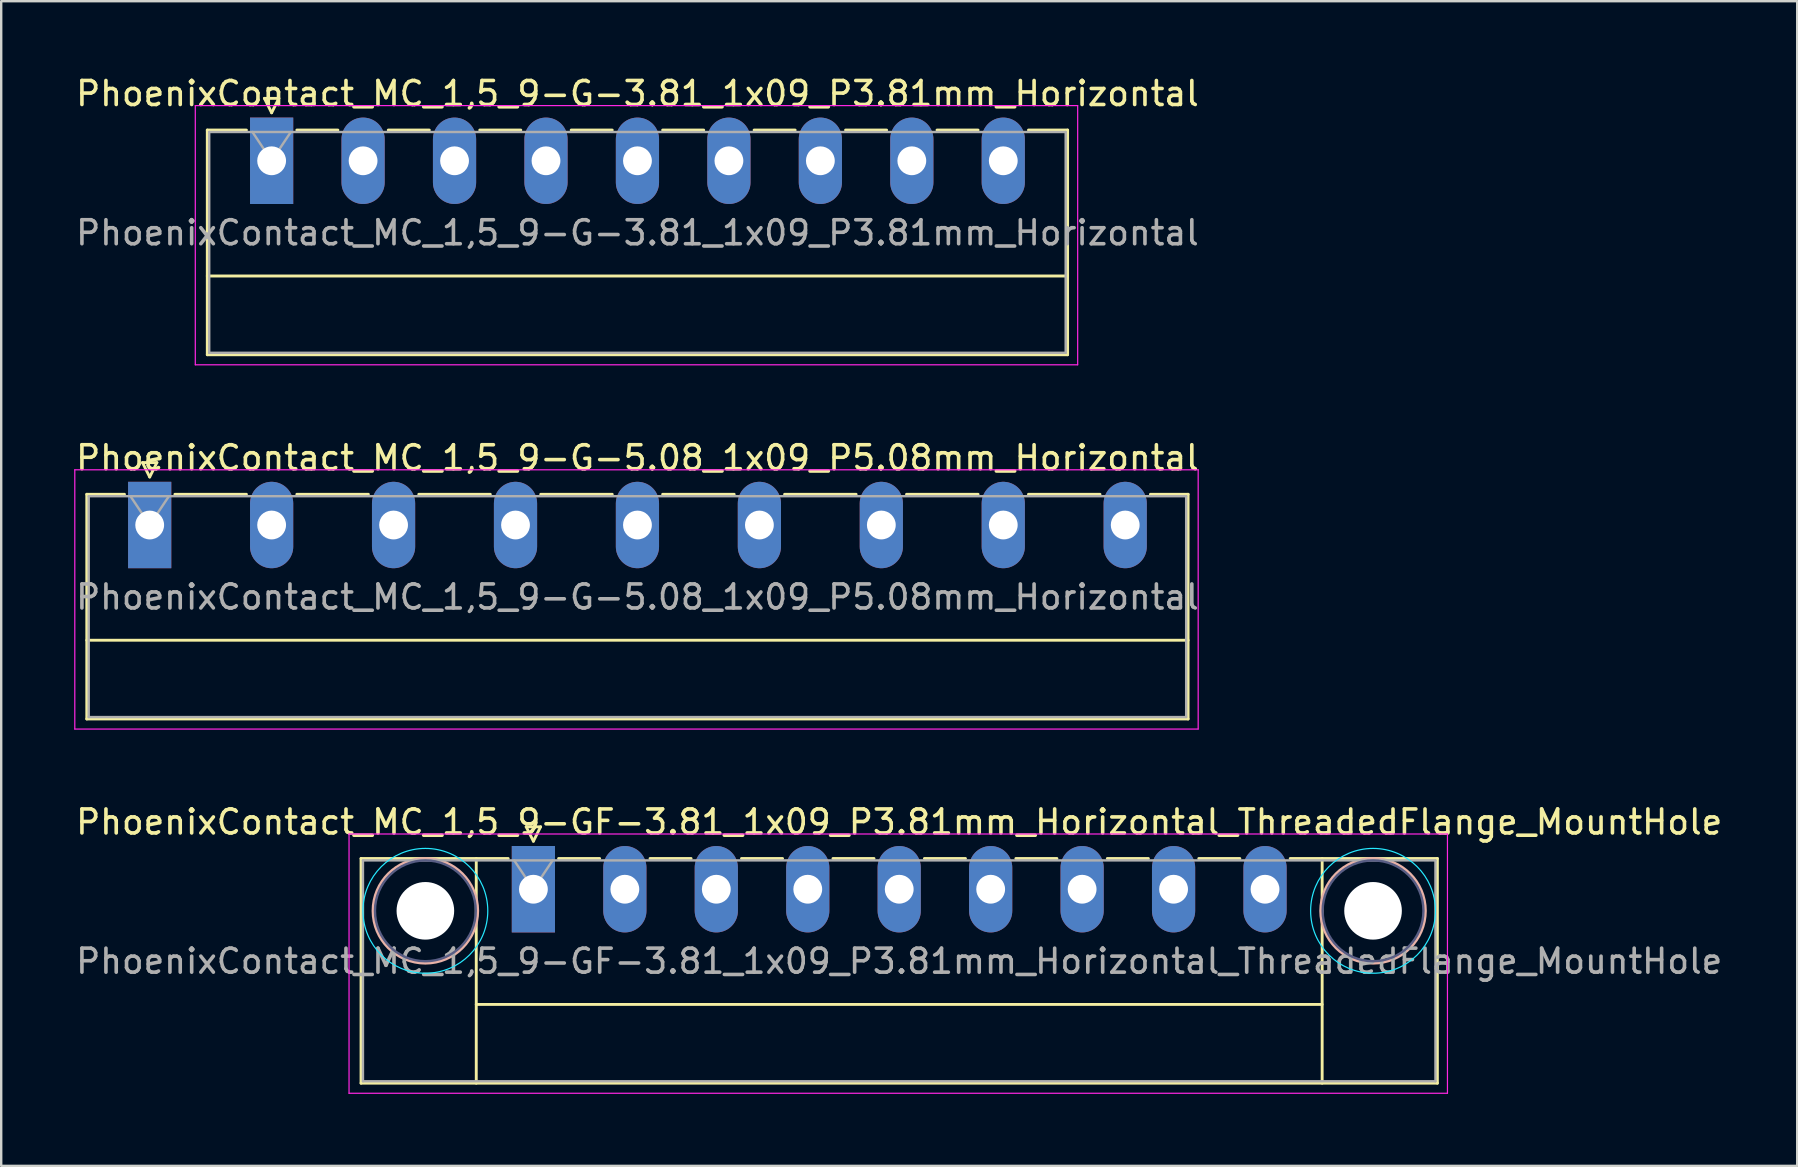
<source format=kicad_pcb>
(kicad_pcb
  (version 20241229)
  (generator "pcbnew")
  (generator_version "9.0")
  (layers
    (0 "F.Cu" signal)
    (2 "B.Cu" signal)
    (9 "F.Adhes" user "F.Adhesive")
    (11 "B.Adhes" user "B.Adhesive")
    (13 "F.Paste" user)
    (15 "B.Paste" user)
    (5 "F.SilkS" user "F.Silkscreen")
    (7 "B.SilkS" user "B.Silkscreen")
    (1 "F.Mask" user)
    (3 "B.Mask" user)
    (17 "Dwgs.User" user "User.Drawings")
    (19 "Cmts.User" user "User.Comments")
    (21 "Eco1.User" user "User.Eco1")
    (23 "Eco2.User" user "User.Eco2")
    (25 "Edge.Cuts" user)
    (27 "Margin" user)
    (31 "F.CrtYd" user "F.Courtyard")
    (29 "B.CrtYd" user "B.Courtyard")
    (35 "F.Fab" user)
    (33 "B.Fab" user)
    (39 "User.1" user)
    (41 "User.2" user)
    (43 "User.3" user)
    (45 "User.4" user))
  (footprint "PhoenixContact_MC_1,5_9-G-5.08_1x09_P5.08mm_Horizontal"
    (layer "F.Cu")
    (at 3.186 18.822)
    (property "Reference" "PhoenixContact_MC_1,5_9-G-5.08_1x09_P5.08mm_Horizontal" (at 20.32 -2.8 0) (layer "F.SilkS") (effects (font (size 1 1) (thickness 0.15))))
    (attr through_hole)
    (fp_line (start -2.62 -1.28) (end -2.62 8.08) (stroke (width 0.12) (type solid)) (layer "F.SilkS"))
    (fp_line (start -2.62 -1.28) (end -1.05 -1.28) (stroke (width 0.12) (type solid)) (layer "F.SilkS"))
    (fp_line (start -2.62 4.8) (end 43.26 4.8) (stroke (width 0.12) (type solid)) (layer "F.SilkS"))
    (fp_line (start -2.62 8.08) (end 43.26 8.08) (stroke (width 0.12) (type solid)) (layer "F.SilkS"))
    (fp_line (start -0.3 -2.6) (end 0.3 -2.6) (stroke (width 0.12) (type solid)) (layer "F.SilkS"))
    (fp_line (start 0 -2) (end -0.3 -2.6) (stroke (width 0.12) (type solid)) (layer "F.SilkS"))
    (fp_line (start 0.3 -2.6) (end 0 -2) (stroke (width 0.12) (type solid)) (layer "F.SilkS"))
    (fp_line (start 1.05 -1.28) (end 4.03 -1.28) (stroke (width 0.12) (type solid)) (layer "F.SilkS"))
    (fp_line (start 6.13 -1.28) (end 9.11 -1.28) (stroke (width 0.12) (type solid)) (layer "F.SilkS"))
    (fp_line (start 11.21 -1.28) (end 14.19 -1.28) (stroke (width 0.12) (type solid)) (layer "F.SilkS"))
    (fp_line (start 16.29 -1.28) (end 19.27 -1.28) (stroke (width 0.12) (type solid)) (layer "F.SilkS"))
    (fp_line (start 21.37 -1.28) (end 24.35 -1.28) (stroke (width 0.12) (type solid)) (layer "F.SilkS"))
    (fp_line (start 26.45 -1.28) (end 29.43 -1.28) (stroke (width 0.12) (type solid)) (layer "F.SilkS"))
    (fp_line (start 31.53 -1.28) (end 34.51 -1.28) (stroke (width 0.12) (type solid)) (layer "F.SilkS"))
    (fp_line (start 36.61 -1.28) (end 39.59 -1.28) (stroke (width 0.12) (type solid)) (layer "F.SilkS"))
    (fp_line (start 43.26 -1.28) (end 41.69 -1.28) (stroke (width 0.12) (type solid)) (layer "F.SilkS"))
    (fp_line (start 43.26 8.08) (end 43.26 -1.28) (stroke (width 0.12) (type solid)) (layer "F.SilkS"))
    (fp_line (start -3.12 -2.3) (end -3.12 8.5) (stroke (width 0.05) (type solid)) (layer "F.CrtYd"))
    (fp_line (start -3.12 8.5) (end 43.68 8.5) (stroke (width 0.05) (type solid)) (layer "F.CrtYd"))
    (fp_line (start 43.68 -2.3) (end -3.12 -2.3) (stroke (width 0.05) (type solid)) (layer "F.CrtYd"))
    (fp_line (start 43.68 8.5) (end 43.68 -2.3) (stroke (width 0.05) (type solid)) (layer "F.CrtYd"))
    (fp_line (start -2.54 -1.2) (end -2.54 8) (stroke (width 0.1) (type solid)) (layer "F.Fab"))
    (fp_line (start -2.54 8) (end 43.18 8) (stroke (width 0.1) (type solid)) (layer "F.Fab"))
    (fp_line (start 0 0) (end -0.8 -1.2) (stroke (width 0.1) (type solid)) (layer "F.Fab"))
    (fp_line (start 0.8 -1.2) (end 0 0) (stroke (width 0.1) (type solid)) (layer "F.Fab"))
    (fp_line (start 43.18 -1.2) (end -2.54 -1.2) (stroke (width 0.1) (type solid)) (layer "F.Fab"))
    (fp_line (start 43.18 8) (end 43.18 -1.2) (stroke (width 0.1) (type solid)) (layer "F.Fab"))
    (fp_text user "${REFERENCE}" (at 20.32 3 0) (layer "F.Fab") (effects (font (size 1 1) (thickness 0.15))))
    (pad "1" thru_hole rect (at 0 0) (size 1.8 3.6) (drill 1.2) (layers "*.Cu" "*.Mask"))
    (pad "2" thru_hole oval (at 5.08 0) (size 1.8 3.6) (drill 1.2) (layers "*.Cu" "*.Mask"))
    (pad "3" thru_hole oval (at 10.16 0) (size 1.8 3.6) (drill 1.2) (layers "*.Cu" "*.Mask"))
    (pad "4" thru_hole oval (at 15.24 0) (size 1.8 3.6) (drill 1.2) (layers "*.Cu" "*.Mask"))
    (pad "5" thru_hole oval (at 20.32 0) (size 1.8 3.6) (drill 1.2) (layers "*.Cu" "*.Mask"))
    (pad "6" thru_hole oval (at 25.4 0) (size 1.8 3.6) (drill 1.2) (layers "*.Cu" "*.Mask"))
    (pad "7" thru_hole oval (at 30.48 0) (size 1.8 3.6) (drill 1.2) (layers "*.Cu" "*.Mask"))
    (pad "8" thru_hole oval (at 35.56 0) (size 1.8 3.6) (drill 1.2) (layers "*.Cu" "*.Mask"))
    (pad "9" thru_hole oval (at 40.64 0) (size 1.8 3.6) (drill 1.2) (layers "*.Cu" "*.Mask")))
  (footprint "PhoenixContact_MC_1,5_9-GF-3.81_1x09_P3.81mm_Horizontal_ThreadedFlange_MountHole"
    (layer "F.Cu")
    (at 19.171 33.995)
    (property "Reference" "PhoenixContact_MC_1,5_9-GF-3.81_1x09_P3.81mm_Horizontal_ThreadedFlange_MountHole" (at 15.24 -2.8 0) (layer "F.SilkS") (effects (font (size 1 1) (thickness 0.15))))
    (attr through_hole)
    (fp_line (start -7.18 -1.28) (end -7.18 8.08) (stroke (width 0.12) (type solid)) (layer "F.SilkS"))
    (fp_line (start -7.18 -1.28) (end -1.05 -1.28) (stroke (width 0.12) (type solid)) (layer "F.SilkS"))
    (fp_line (start -7.18 8.08) (end 37.66 8.08) (stroke (width 0.12) (type solid)) (layer "F.SilkS"))
    (fp_line (start -2.38 -1.28) (end -2.38 8.08) (stroke (width 0.12) (type solid)) (layer "F.SilkS"))
    (fp_line (start -2.38 4.8) (end 32.86 4.8) (stroke (width 0.12) (type solid)) (layer "F.SilkS"))
    (fp_line (start -0.3 -2.6) (end 0.3 -2.6) (stroke (width 0.12) (type solid)) (layer "F.SilkS"))
    (fp_line (start 0 -2) (end -0.3 -2.6) (stroke (width 0.12) (type solid)) (layer "F.SilkS"))
    (fp_line (start 0.3 -2.6) (end 0 -2) (stroke (width 0.12) (type solid)) (layer "F.SilkS"))
    (fp_line (start 1.05 -1.28) (end 2.76 -1.28) (stroke (width 0.12) (type solid)) (layer "F.SilkS"))
    (fp_line (start 4.86 -1.28) (end 6.57 -1.28) (stroke (width 0.12) (type solid)) (layer "F.SilkS"))
    (fp_line (start 8.67 -1.28) (end 10.38 -1.28) (stroke (width 0.12) (type solid)) (layer "F.SilkS"))
    (fp_line (start 12.48 -1.28) (end 14.19 -1.28) (stroke (width 0.12) (type solid)) (layer "F.SilkS"))
    (fp_line (start 16.29 -1.28) (end 18 -1.28) (stroke (width 0.12) (type solid)) (layer "F.SilkS"))
    (fp_line (start 20.1 -1.28) (end 21.81 -1.28) (stroke (width 0.12) (type solid)) (layer "F.SilkS"))
    (fp_line (start 23.91 -1.28) (end 25.62 -1.28) (stroke (width 0.12) (type solid)) (layer "F.SilkS"))
    (fp_line (start 27.72 -1.28) (end 29.43 -1.28) (stroke (width 0.12) (type solid)) (layer "F.SilkS"))
    (fp_line (start 32.86 -1.28) (end 32.86 8.08) (stroke (width 0.12) (type solid)) (layer "F.SilkS"))
    (fp_line (start 37.66 -1.28) (end 31.53 -1.28) (stroke (width 0.12) (type solid)) (layer "F.SilkS"))
    (fp_line (start 37.66 8.08) (end 37.66 -1.28) (stroke (width 0.12) (type solid)) (layer "F.SilkS"))
    (fp_circle (center -4.5 0.9) (end -2.32 0.9) (stroke (width 0.12) (type solid)) (fill no) (layer "B.SilkS"))
    (fp_circle (center 34.98 0.9) (end 37.16 0.9) (stroke (width 0.12) (type solid)) (fill no) (layer "B.SilkS"))
    (fp_circle (center -4.5 0.9) (end -1.9 0.9) (stroke (width 0.05) (type solid)) (fill no) (layer "B.CrtYd"))
    (fp_circle (center 34.98 0.9) (end 37.58 0.9) (stroke (width 0.05) (type solid)) (fill no) (layer "B.CrtYd"))
    (fp_line (start -7.68 -2.3) (end -7.68 8.5) (stroke (width 0.05) (type solid)) (layer "F.CrtYd"))
    (fp_line (start -7.68 8.5) (end 38.08 8.5) (stroke (width 0.05) (type solid)) (layer "F.CrtYd"))
    (fp_line (start 38.08 -2.3) (end -7.68 -2.3) (stroke (width 0.05) (type solid)) (layer "F.CrtYd"))
    (fp_line (start 38.08 8.5) (end 38.08 -2.3) (stroke (width 0.05) (type solid)) (layer "F.CrtYd"))
    (fp_circle (center -4.5 0.9) (end -2.4 0.9) (stroke (width 0.1) (type solid)) (fill no) (layer "B.Fab"))
    (fp_circle (center 34.98 0.9) (end 37.08 0.9) (stroke (width 0.1) (type solid)) (fill no) (layer "B.Fab"))
    (fp_line (start -7.1 -1.2) (end -7.1 8) (stroke (width 0.1) (type solid)) (layer "F.Fab"))
    (fp_line (start -7.1 8) (end 37.58 8) (stroke (width 0.1) (type solid)) (layer "F.Fab"))
    (fp_line (start 0 0) (end -0.8 -1.2) (stroke (width 0.1) (type solid)) (layer "F.Fab"))
    (fp_line (start 0.8 -1.2) (end 0 0) (stroke (width 0.1) (type solid)) (layer "F.Fab"))
    (fp_line (start 37.58 -1.2) (end -7.1 -1.2) (stroke (width 0.1) (type solid)) (layer "F.Fab"))
    (fp_line (start 37.58 8) (end 37.58 -1.2) (stroke (width 0.1) (type solid)) (layer "F.Fab"))
    (fp_text user "${REFERENCE}" (at 15.24 3 0) (layer "F.Fab") (effects (font (size 1 1) (thickness 0.15))))
    (pad "" np_thru_hole circle (at -4.5 0.9) (size 2.4 2.4) (drill 2.4) (layers "*.Cu" "*.Mask"))
    (pad "" np_thru_hole circle (at 34.98 0.9) (size 2.4 2.4) (drill 2.4) (layers "*.Cu" "*.Mask"))
    (pad "1" thru_hole rect (at 0 0) (size 1.8 3.6) (drill 1.2) (layers "*.Cu" "*.Mask"))
    (pad "2" thru_hole oval (at 3.81 0) (size 1.8 3.6) (drill 1.2) (layers "*.Cu" "*.Mask"))
    (pad "3" thru_hole oval (at 7.62 0) (size 1.8 3.6) (drill 1.2) (layers "*.Cu" "*.Mask"))
    (pad "4" thru_hole oval (at 11.43 0) (size 1.8 3.6) (drill 1.2) (layers "*.Cu" "*.Mask"))
    (pad "5" thru_hole oval (at 15.24 0) (size 1.8 3.6) (drill 1.2) (layers "*.Cu" "*.Mask"))
    (pad "6" thru_hole oval (at 19.05 0) (size 1.8 3.6) (drill 1.2) (layers "*.Cu" "*.Mask"))
    (pad "7" thru_hole oval (at 22.86 0) (size 1.8 3.6) (drill 1.2) (layers "*.Cu" "*.Mask"))
    (pad "8" thru_hole oval (at 26.67 0) (size 1.8 3.6) (drill 1.2) (layers "*.Cu" "*.Mask"))
    (pad "9" thru_hole oval (at 30.48 0) (size 1.8 3.6) (drill 1.2) (layers "*.Cu" "*.Mask")))
  (footprint "PhoenixContact_MC_1,5_9-G-3.81_1x09_P3.81mm_Horizontal"
    (layer "F.Cu")
    (at 8.266 3.648)
    (property "Reference" "PhoenixContact_MC_1,5_9-G-3.81_1x09_P3.81mm_Horizontal" (at 15.24 -2.8 0) (layer "F.SilkS") (effects (font (size 1 1) (thickness 0.15))))
    (attr through_hole)
    (fp_line (start -2.68 -1.28) (end -2.68 8.08) (stroke (width 0.12) (type solid)) (layer "F.SilkS"))
    (fp_line (start -2.68 -1.28) (end -1.05 -1.28) (stroke (width 0.12) (type solid)) (layer "F.SilkS"))
    (fp_line (start -2.68 4.8) (end 33.16 4.8) (stroke (width 0.12) (type solid)) (layer "F.SilkS"))
    (fp_line (start -2.68 8.08) (end 33.16 8.08) (stroke (width 0.12) (type solid)) (layer "F.SilkS"))
    (fp_line (start -0.3 -2.6) (end 0.3 -2.6) (stroke (width 0.12) (type solid)) (layer "F.SilkS"))
    (fp_line (start 0 -2) (end -0.3 -2.6) (stroke (width 0.12) (type solid)) (layer "F.SilkS"))
    (fp_line (start 0.3 -2.6) (end 0 -2) (stroke (width 0.12) (type solid)) (layer "F.SilkS"))
    (fp_line (start 1.05 -1.28) (end 2.76 -1.28) (stroke (width 0.12) (type solid)) (layer "F.SilkS"))
    (fp_line (start 4.86 -1.28) (end 6.57 -1.28) (stroke (width 0.12) (type solid)) (layer "F.SilkS"))
    (fp_line (start 8.67 -1.28) (end 10.38 -1.28) (stroke (width 0.12) (type solid)) (layer "F.SilkS"))
    (fp_line (start 12.48 -1.28) (end 14.19 -1.28) (stroke (width 0.12) (type solid)) (layer "F.SilkS"))
    (fp_line (start 16.29 -1.28) (end 18 -1.28) (stroke (width 0.12) (type solid)) (layer "F.SilkS"))
    (fp_line (start 20.1 -1.28) (end 21.81 -1.28) (stroke (width 0.12) (type solid)) (layer "F.SilkS"))
    (fp_line (start 23.91 -1.28) (end 25.62 -1.28) (stroke (width 0.12) (type solid)) (layer "F.SilkS"))
    (fp_line (start 27.72 -1.28) (end 29.43 -1.28) (stroke (width 0.12) (type solid)) (layer "F.SilkS"))
    (fp_line (start 33.16 -1.28) (end 31.53 -1.28) (stroke (width 0.12) (type solid)) (layer "F.SilkS"))
    (fp_line (start 33.16 8.08) (end 33.16 -1.28) (stroke (width 0.12) (type solid)) (layer "F.SilkS"))
    (fp_line (start -3.18 -2.3) (end -3.18 8.5) (stroke (width 0.05) (type solid)) (layer "F.CrtYd"))
    (fp_line (start -3.18 8.5) (end 33.58 8.5) (stroke (width 0.05) (type solid)) (layer "F.CrtYd"))
    (fp_line (start 33.58 -2.3) (end -3.18 -2.3) (stroke (width 0.05) (type solid)) (layer "F.CrtYd"))
    (fp_line (start 33.58 8.5) (end 33.58 -2.3) (stroke (width 0.05) (type solid)) (layer "F.CrtYd"))
    (fp_line (start -2.6 -1.2) (end -2.6 8) (stroke (width 0.1) (type solid)) (layer "F.Fab"))
    (fp_line (start -2.6 8) (end 33.08 8) (stroke (width 0.1) (type solid)) (layer "F.Fab"))
    (fp_line (start 0 0) (end -0.8 -1.2) (stroke (width 0.1) (type solid)) (layer "F.Fab"))
    (fp_line (start 0.8 -1.2) (end 0 0) (stroke (width 0.1) (type solid)) (layer "F.Fab"))
    (fp_line (start 33.08 -1.2) (end -2.6 -1.2) (stroke (width 0.1) (type solid)) (layer "F.Fab"))
    (fp_line (start 33.08 8) (end 33.08 -1.2) (stroke (width 0.1) (type solid)) (layer "F.Fab"))
    (fp_text user "${REFERENCE}" (at 15.24 3 0) (layer "F.Fab") (effects (font (size 1 1) (thickness 0.15))))
    (pad "1" thru_hole rect (at 0 0) (size 1.8 3.6) (drill 1.2) (layers "*.Cu" "*.Mask"))
    (pad "2" thru_hole oval (at 3.81 0) (size 1.8 3.6) (drill 1.2) (layers "*.Cu" "*.Mask"))
    (pad "3" thru_hole oval (at 7.62 0) (size 1.8 3.6) (drill 1.2) (layers "*.Cu" "*.Mask"))
    (pad "4" thru_hole oval (at 11.43 0) (size 1.8 3.6) (drill 1.2) (layers "*.Cu" "*.Mask"))
    (pad "5" thru_hole oval (at 15.24 0) (size 1.8 3.6) (drill 1.2) (layers "*.Cu" "*.Mask"))
    (pad "6" thru_hole oval (at 19.05 0) (size 1.8 3.6) (drill 1.2) (layers "*.Cu" "*.Mask"))
    (pad "7" thru_hole oval (at 22.86 0) (size 1.8 3.6) (drill 1.2) (layers "*.Cu" "*.Mask"))
    (pad "8" thru_hole oval (at 26.67 0) (size 1.8 3.6) (drill 1.2) (layers "*.Cu" "*.Mask"))
    (pad "9" thru_hole oval (at 30.48 0) (size 1.8 3.6) (drill 1.2) (layers "*.Cu" "*.Mask")))
  (gr_rect
    (start -3 -3)
    (end 71.821 45.52)
    (stroke (width 0.1) (type default))
    (fill no)
    (layer "Edge.Cuts")))
</source>
